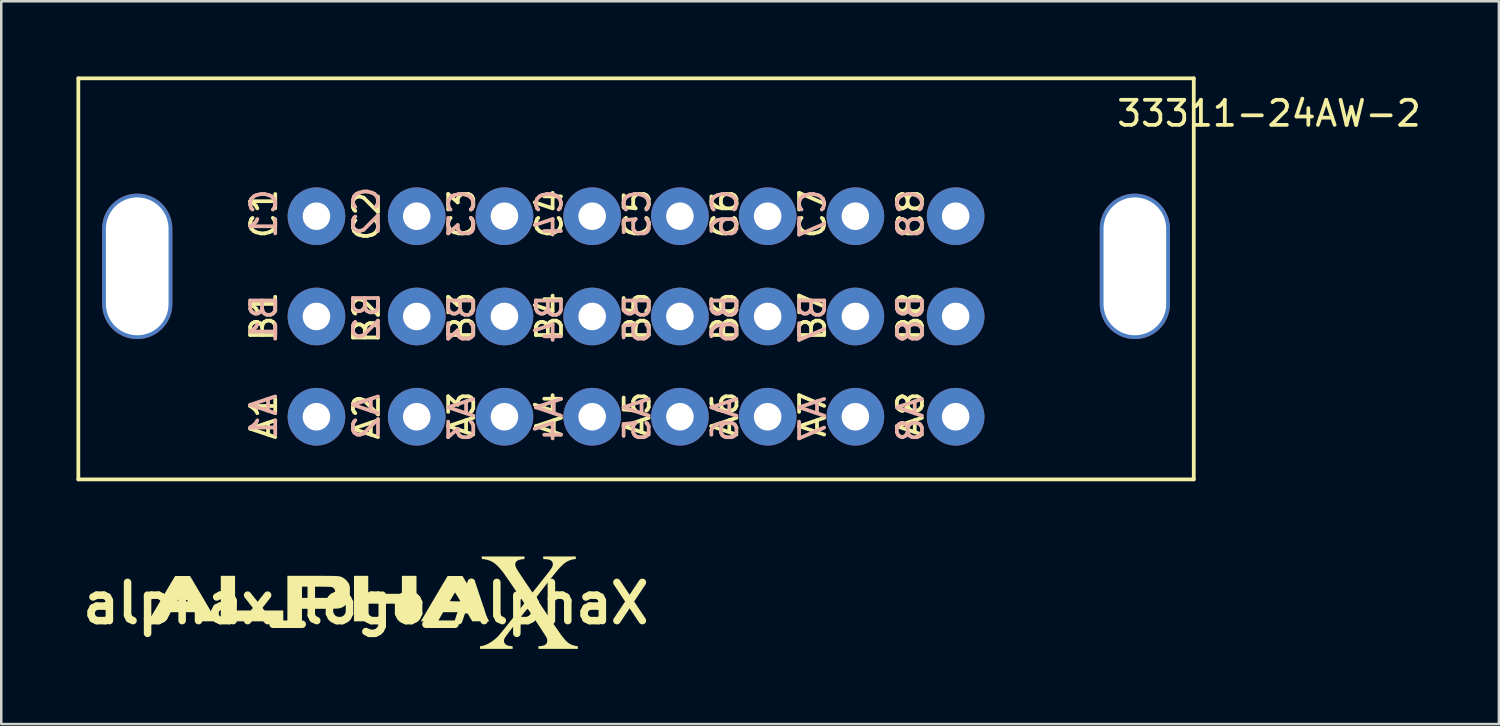
<source format=kicad_pcb>
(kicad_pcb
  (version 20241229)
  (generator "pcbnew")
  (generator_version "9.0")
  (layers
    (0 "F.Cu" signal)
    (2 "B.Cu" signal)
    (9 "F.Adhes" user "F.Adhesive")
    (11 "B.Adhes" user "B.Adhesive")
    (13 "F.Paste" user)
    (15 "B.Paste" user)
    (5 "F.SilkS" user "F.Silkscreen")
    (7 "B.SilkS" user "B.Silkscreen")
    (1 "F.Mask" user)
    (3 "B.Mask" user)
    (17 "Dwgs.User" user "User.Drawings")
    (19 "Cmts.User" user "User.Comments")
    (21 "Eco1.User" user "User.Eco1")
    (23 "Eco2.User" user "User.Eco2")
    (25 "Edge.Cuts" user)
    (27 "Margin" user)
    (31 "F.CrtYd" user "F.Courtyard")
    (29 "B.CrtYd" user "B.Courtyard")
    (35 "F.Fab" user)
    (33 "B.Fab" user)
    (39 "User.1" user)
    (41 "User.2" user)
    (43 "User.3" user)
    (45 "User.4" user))
  (footprint "33311-24AW-2"
    (layer "F.Cu")
    (at 9.575 13.576)
    (property "Reference" "33311-24AW-2" (at 38 -12.1 0) (unlocked yes) (layer "F.SilkS") (effects (font (size 1 1) (thickness 0.15))))
    (attr through_hole)
    (fp_line (start -9.5 -13.501) (end -9.5 2.499) (stroke (width 0.15) (type solid)) (layer "F.SilkS"))
    (fp_line (start -9.5 -13.501) (end 35 -13.501) (stroke (width 0.15) (type solid)) (layer "F.SilkS"))
    (fp_line (start 35 -13.501) (end 35 2.499) (stroke (width 0.15) (type solid)) (layer "F.SilkS"))
    (fp_line (start 35 2.499) (end -9.5 2.499) (stroke (width 0.15) (type solid)) (layer "F.SilkS"))
    (fp_text user "A8" (at 23.7 -0.1 90) (unlocked yes) (layer "F.SilkS") (effects (font (size 1 1) (thickness 0.15))))
    (fp_text user "B4" (at 9.3 -4 90) (unlocked yes) (layer "F.SilkS") (effects (font (size 1 1) (thickness 0.15))))
    (fp_text user "B8" (at 23.7 -4 90) (unlocked yes) (layer "F.SilkS") (effects (font (size 1 1) (thickness 0.15))))
    (fp_text user "B6" (at 16.3 -4 90) (unlocked yes) (layer "F.SilkS") (effects (font (size 1 1) (thickness 0.15))))
    (fp_text user "C3" (at 5.8 -8.1 90) (unlocked yes) (layer "F.SilkS") (effects (font (size 1 1) (thickness 0.15))))
    (fp_text user "C2" (at 2 -8 90) (unlocked yes) (layer "F.SilkS") (effects (font (size 1 1) (thickness 0.15))))
    (fp_text user "A7" (at 19.8 -0.1 90) (unlocked yes) (layer "F.SilkS") (effects (font (size 1 1) (thickness 0.15))))
    (fp_text user "B5" (at 12.8 -4 90) (unlocked yes) (layer "F.SilkS") (effects (font (size 1 1) (thickness 0.15))))
    (fp_text user "B7" (at 19.8 -4 90) (unlocked yes) (layer "F.SilkS") (effects (font (size 1 1) (thickness 0.15))))
    (fp_text user "B2" (at 2 -3.9 90) (unlocked yes) (layer "F.SilkS") (effects (font (size 1 1) (thickness 0.15))))
    (fp_text user "B1" (at -2.1 -4 90) (unlocked yes) (layer "F.SilkS") (effects (font (size 1 1) (thickness 0.15))))
    (fp_text user "C6" (at 16.3 -8.1 90) (unlocked yes) (layer "F.SilkS") (effects (font (size 1 1) (thickness 0.15))))
    (fp_text user "C4" (at 9.3 -8.1 90) (unlocked yes) (layer "F.SilkS") (effects (font (size 1 1) (thickness 0.15))))
    (fp_text user "C1" (at -2.1 -8.1 90) (unlocked yes) (layer "F.SilkS") (effects (font (size 1 1) (thickness 0.15))))
    (fp_text user "A2" (at 2 0 90) (unlocked yes) (layer "F.SilkS") (effects (font (size 1 1) (thickness 0.15))))
    (fp_text user "A5" (at 12.8 -0.1 90) (unlocked yes) (layer "F.SilkS") (effects (font (size 1 1) (thickness 0.15))))
    (fp_text user "C7" (at 19.8 -8.1 90) (unlocked yes) (layer "F.SilkS") (effects (font (size 1 1) (thickness 0.15))))
    (fp_text user "A6" (at 16.3 -0.1 90) (unlocked yes) (layer "F.SilkS") (effects (font (size 1 1) (thickness 0.15))))
    (fp_text user "A1" (at -2.1 0 90) (unlocked yes) (layer "F.SilkS") (effects (font (size 1 1) (thickness 0.15))))
    (fp_text user "A4" (at 9.3 -0.1 90) (unlocked yes) (layer "F.SilkS") (effects (font (size 1 1) (thickness 0.15))))
    (fp_text user "A3" (at 5.8 -0.1 90) (unlocked yes) (layer "F.SilkS") (effects (font (size 1 1) (thickness 0.15))))
    (fp_text user "C8" (at 23.7 -8.1 90) (unlocked yes) (layer "F.SilkS") (effects (font (size 1 1) (thickness 0.15))))
    (fp_text user "C5" (at 12.8 -8.1 90) (unlocked yes) (layer "F.SilkS") (effects (font (size 1 1) (thickness 0.15))))
    (fp_text user "B3" (at 5.8 -4 90) (unlocked yes) (layer "F.SilkS") (effects (font (size 1 1) (thickness 0.15))))
    (fp_text user "A4" (at 9.3 0.1 90) (unlocked yes) (layer "B.SilkS") (effects (font (size 1 1) (thickness 0.15)) (justify mirror)))
    (fp_text user "C5" (at 12.8 -8.1 90) (unlocked yes) (layer "B.SilkS") (effects (font (size 1 1) (thickness 0.15)) (justify mirror)))
    (fp_text user "B6" (at 16.3 -3.9 90) (unlocked yes) (layer "B.SilkS") (effects (font (size 1 1) (thickness 0.15)) (justify mirror)))
    (fp_text user "B7" (at 19.8 -3.9 90) (unlocked yes) (layer "B.SilkS") (effects (font (size 1 1) (thickness 0.15)) (justify mirror)))
    (fp_text user "B4" (at 9.3 -3.9 90) (unlocked yes) (layer "B.SilkS") (effects (font (size 1 1) (thickness 0.15)) (justify mirror)))
    (fp_text user "C6" (at 16.3 -8.1 90) (unlocked yes) (layer "B.SilkS") (effects (font (size 1 1) (thickness 0.15)) (justify mirror)))
    (fp_text user "A8" (at 23.7 0.1 90) (unlocked yes) (layer "B.SilkS") (effects (font (size 1 1) (thickness 0.15)) (justify mirror)))
    (fp_text user "C3" (at 5.8 -8.1 90) (unlocked yes) (layer "B.SilkS") (effects (font (size 1 1) (thickness 0.15)) (justify mirror)))
    (fp_text user "B8" (at 23.7 -3.9 90) (unlocked yes) (layer "B.SilkS") (effects (font (size 1 1) (thickness 0.15)) (justify mirror)))
    (fp_text user "A6" (at 16.3 0.1 90) (unlocked yes) (layer "B.SilkS") (effects (font (size 1 1) (thickness 0.15)) (justify mirror)))
    (fp_text user "A5" (at 12.8 0.1 90) (unlocked yes) (layer "B.SilkS") (effects (font (size 1 1) (thickness 0.15)) (justify mirror)))
    (fp_text user "B1" (at -2.1 -3.9 90) (unlocked yes) (layer "B.SilkS") (effects (font (size 1 1) (thickness 0.15)) (justify mirror)))
    (fp_text user "C4" (at 9.3 -8.1 90) (unlocked yes) (layer "B.SilkS") (effects (font (size 1 1) (thickness 0.15)) (justify mirror)))
    (fp_text user "B5" (at 12.8 -3.9 90) (unlocked yes) (layer "B.SilkS") (effects (font (size 1 1) (thickness 0.15)) (justify mirror)))
    (fp_text user "B3" (at 5.8 -3.9 90) (unlocked yes) (layer "B.SilkS") (effects (font (size 1 1) (thickness 0.15)) (justify mirror)))
    (fp_text user "C2" (at 2 -8.2 90) (unlocked yes) (layer "B.SilkS") (effects (font (size 1 1) (thickness 0.15)) (justify mirror)))
    (fp_text user "B2" (at 2 -4 90) (unlocked yes) (layer "B.SilkS") (effects (font (size 1 1) (thickness 0.15)) (justify mirror)))
    (fp_text user "A3" (at 5.8 0.1 90) (unlocked yes) (layer "B.SilkS") (effects (font (size 1 1) (thickness 0.15)) (justify mirror)))
    (fp_text user "C7" (at 19.8 -8.1 90) (unlocked yes) (layer "B.SilkS") (effects (font (size 1 1) (thickness 0.15)) (justify mirror)))
    (fp_text user "A7" (at 19.8 0.1 90) (unlocked yes) (layer "B.SilkS") (effects (font (size 1 1) (thickness 0.15)) (justify mirror)))
    (fp_text user "A1" (at -2.1 0 90) (unlocked yes) (layer "B.SilkS") (effects (font (size 1 1) (thickness 0.15)) (justify mirror)))
    (fp_text user "C8" (at 23.7 -8.1 90) (unlocked yes) (layer "B.SilkS") (effects (font (size 1 1) (thickness 0.15)) (justify mirror)))
    (fp_text user "C1" (at -2.1 -8.1 90) (unlocked yes) (layer "B.SilkS") (effects (font (size 1 1) (thickness 0.15)) (justify mirror)))
    (fp_text user "A2" (at 2 0 90) (unlocked yes) (layer "B.SilkS") (effects (font (size 1 1) (thickness 0.15)) (justify mirror)))
    (pad "" thru_hole oval (at -7.15 -6 270) (size 5.8 2.8) (drill oval 5.5 2.5) (layers "*.Cu" "*.Mask"))
    (pad "" thru_hole oval (at 32.65 -6 270) (size 5.8 2.8) (drill oval 5.5 2.5) (layers "*.Cu" "*.Mask"))
    (pad "1" thru_hole circle (at 0 0 270) (size 2.3 2.3) (drill 1.1) (layers "*.Cu" "*.Mask"))
    (pad "2" thru_hole circle (at 4 0 270) (size 2.3 2.3) (drill 1.1) (layers "*.Cu" "*.Mask"))
    (pad "3" thru_hole circle (at 7.5 0 270) (size 2.3 2.3) (drill 1.1) (layers "*.Cu" "*.Mask"))
    (pad "4" thru_hole circle (at 11 0 270) (size 2.3 2.3) (drill 1.1) (layers "*.Cu" "*.Mask"))
    (pad "5" thru_hole circle (at 14.5 0 270) (size 2.3 2.3) (drill 1.1) (layers "*.Cu" "*.Mask"))
    (pad "6" thru_hole circle (at 18 0 270) (size 2.3 2.3) (drill 1.1) (layers "*.Cu" "*.Mask"))
    (pad "7" thru_hole circle (at 21.5 0 270) (size 2.3 2.3) (drill 1.1) (layers "*.Cu" "*.Mask"))
    (pad "8" thru_hole circle (at 25.5 0 270) (size 2.3 2.3) (drill 1.1) (layers "*.Cu" "*.Mask"))
    (pad "9" thru_hole circle (at 0 -4 270) (size 2.3 2.3) (drill 1.1) (layers "*.Cu" "*.Mask"))
    (pad "10" thru_hole circle (at 4 -4 270) (size 2.3 2.3) (drill 1.1) (layers "*.Cu" "*.Mask"))
    (pad "11" thru_hole circle (at 7.5 -4 270) (size 2.3 2.3) (drill 1.1) (layers "*.Cu" "*.Mask"))
    (pad "12" thru_hole circle (at 11 -4 270) (size 2.3 2.3) (drill 1.1) (layers "*.Cu" "*.Mask"))
    (pad "13" thru_hole circle (at 14.5 -4 270) (size 2.3 2.3) (drill 1.1) (layers "*.Cu" "*.Mask"))
    (pad "14" thru_hole circle (at 18 -4 270) (size 2.3 2.3) (drill 1.1) (layers "*.Cu" "*.Mask"))
    (pad "15" thru_hole circle (at 21.5 -4 270) (size 2.3 2.3) (drill 1.1) (layers "*.Cu" "*.Mask"))
    (pad "16" thru_hole circle (at 25.5 -4 270) (size 2.3 2.3) (drill 1.1) (layers "*.Cu" "*.Mask"))
    (pad "17" thru_hole circle (at 0 -8 270) (size 2.3 2.3) (drill 1.1) (layers "*.Cu" "*.Mask"))
    (pad "18" thru_hole circle (at 4 -8 270) (size 2.3 2.3) (drill 1.1) (layers "*.Cu" "*.Mask"))
    (pad "19" thru_hole circle (at 7.5 -8 270) (size 2.3 2.3) (drill 1.1) (layers "*.Cu" "*.Mask"))
    (pad "20" thru_hole circle (at 11 -8 270) (size 2.3 2.3) (drill 1.1) (layers "*.Cu" "*.Mask"))
    (pad "21" thru_hole circle (at 14.5 -8 270) (size 2.3 2.3) (drill 1.1) (layers "*.Cu" "*.Mask"))
    (pad "22" thru_hole circle (at 18 -8 270) (size 2.3 2.3) (drill 1.1) (layers "*.Cu" "*.Mask"))
    (pad "23" thru_hole circle (at 21.5 -8 270) (size 2.3 2.3) (drill 1.1) (layers "*.Cu" "*.Mask"))
    (pad "24" thru_hole circle (at 25.5 -8 270) (size 2.3 2.3) (drill 1.1) (layers "*.Cu" "*.Mask")))
  (footprint "alphax_logo_AlphaX"
    (layer "F.Cu")
    (at 11.546 21.02)
    (property "Reference" "alphax_logo_AlphaX" (at 0 0 0) (layer "F.SilkS") (effects (font (size 1.524 1.524) (thickness 0.3))))
    (attr board_only exclude_from_pos_files exclude_from_bom)
    (fp_poly (pts (xy -5.218 0.285) (xy -3.294 0.285) (xy -3.294 0.718) (xy -5.788 0.718) (xy -5.788 -1.098) (xy -5.218 -1.098)) (stroke (width 0) (type solid)) (fill yes) (layer "F.SilkS"))
    (fp_poly (pts (xy 0.095 -0.38) (xy 1.437 -0.38) (xy 1.437 -1.098) (xy 2.02 -1.098) (xy 2.02 0.718) (xy 1.437 0.718) (xy 1.437 0.014) (xy 0.108 0.014) (xy 0.108 0.718) (xy -0.474 0.718) (xy -0.474 -1.098) (xy 0.095 -1.098)) (stroke (width 0) (type solid)) (fill yes) (layer "F.SilkS"))
    (fp_poly (pts (xy -6.942 -0.969) (xy -6.925 -0.941) (xy -6.896 -0.892) (xy -6.856 -0.824) (xy -6.807 -0.741) (xy -6.75 -0.644) (xy -6.686 -0.537) (xy -6.618 -0.422) (xy -6.546 -0.3) (xy -6.473 -0.176) (xy -6.399 -0.05) (xy -6.326 0.073) (xy -6.256 0.192) (xy -6.19 0.305) (xy -6.13 0.408) (xy -6.076 0.499) (xy -6.031 0.575) (xy -5.996 0.635) (xy -5.985 0.654) (xy -5.948 0.718) (xy -6.626 0.718) (xy -6.732 0.536) (xy -6.838 0.353) (xy -7.312 0.353) (xy -7.787 0.353) (xy -7.991 0.712) (xy -8.677 0.719) (xy -8.64 0.654) (xy -8.622 0.625) (xy -8.593 0.575) (xy -8.553 0.506) (xy -8.503 0.422) (xy -8.446 0.325) (xy -8.383 0.218) (xy -8.315 0.103) (xy -8.244 -0.018) (xy -8.2 -0.091) (xy -7.518 -0.091) (xy -7.508 -0.088) (xy -7.474 -0.085) (xy -7.422 -0.083) (xy -7.357 -0.082) (xy -7.313 -0.081) (xy -7.101 -0.081) (xy -7.117 -0.112) (xy -7.133 -0.141) (xy -7.157 -0.183) (xy -7.187 -0.233) (xy -7.22 -0.287) (xy -7.251 -0.339) (xy -7.279 -0.384) (xy -7.3 -0.417) (xy -7.311 -0.433) (xy -7.312 -0.434) (xy -7.32 -0.423) (xy -7.339 -0.393) (xy -7.365 -0.35) (xy -7.397 -0.297) (xy -7.431 -0.241) (xy -7.465 -0.184) (xy -7.495 -0.133) (xy -7.518 -0.092) (xy -7.518 -0.091) (xy -8.2 -0.091) (xy -8.171 -0.141) (xy -8.099 -0.264) (xy -8.028 -0.384) (xy -7.959 -0.5) (xy -7.896 -0.608) (xy -7.838 -0.705) (xy -7.788 -0.79) (xy -7.747 -0.859) (xy -7.717 -0.91) (xy -7.706 -0.928) (xy -7.609 -1.091) (xy -7.016 -1.091)) (stroke (width 0) (type solid)) (fill yes) (layer "F.SilkS"))
    (fp_poly (pts (xy 3.928 -0.969) (xy 3.945 -0.941) (xy 3.974 -0.892) (xy 4.014 -0.824) (xy 4.063 -0.741) (xy 4.121 -0.644) (xy 4.184 -0.537) (xy 4.252 -0.422) (xy 4.324 -0.3) (xy 4.397 -0.176) (xy 4.471 -0.05) (xy 4.544 0.073) (xy 4.614 0.192) (xy 4.68 0.305) (xy 4.741 0.408) (xy 4.794 0.499) (xy 4.839 0.575) (xy 4.874 0.635) (xy 4.885 0.654) (xy 4.923 0.718) (xy 4.245 0.718) (xy 4.138 0.536) (xy 4.032 0.353) (xy 3.558 0.353) (xy 3.084 0.353) (xy 2.879 0.712) (xy 2.193 0.719) (xy 2.231 0.654) (xy 2.248 0.625) (xy 2.277 0.575) (xy 2.318 0.506) (xy 2.367 0.422) (xy 2.424 0.325) (xy 2.487 0.218) (xy 2.555 0.103) (xy 2.626 -0.018) (xy 2.67 -0.091) (xy 3.352 -0.091) (xy 3.363 -0.088) (xy 3.396 -0.085) (xy 3.448 -0.083) (xy 3.513 -0.082) (xy 3.558 -0.081) (xy 3.769 -0.081) (xy 3.753 -0.112) (xy 3.737 -0.141) (xy 3.713 -0.183) (xy 3.683 -0.233) (xy 3.651 -0.287) (xy 3.619 -0.339) (xy 3.591 -0.384) (xy 3.57 -0.417) (xy 3.559 -0.433) (xy 3.558 -0.434) (xy 3.55 -0.423) (xy 3.532 -0.393) (xy 3.505 -0.35) (xy 3.473 -0.297) (xy 3.439 -0.241) (xy 3.406 -0.184) (xy 3.376 -0.133) (xy 3.352 -0.092) (xy 3.352 -0.091) (xy 2.67 -0.091) (xy 2.699 -0.141) (xy 2.772 -0.264) (xy 2.843 -0.384) (xy 2.911 -0.5) (xy 2.974 -0.608) (xy 3.032 -0.705) (xy 3.082 -0.79) (xy 3.123 -0.859) (xy 3.153 -0.91) (xy 3.164 -0.928) (xy 3.261 -1.091) (xy 3.854 -1.091)) (stroke (width 0) (type solid)) (fill yes) (layer "F.SilkS"))
    (fp_poly (pts (xy -1.933 -1.098) (xy -1.761 -1.098) (xy -1.612 -1.097) (xy -1.484 -1.097) (xy -1.376 -1.095) (xy -1.285 -1.093) (xy -1.209 -1.091) (xy -1.146 -1.087) (xy -1.095 -1.082) (xy -1.053 -1.076) (xy -1.018 -1.069) (xy -0.989 -1.06) (xy -0.964 -1.05) (xy -0.94 -1.038) (xy -0.916 -1.024) (xy -0.896 -1.013) (xy -0.817 -0.955) (xy -0.747 -0.883) (xy -0.691 -0.805) (xy -0.664 -0.749) (xy -0.654 -0.72) (xy -0.646 -0.691) (xy -0.642 -0.659) (xy -0.639 -0.617) (xy -0.638 -0.562) (xy -0.638 -0.489) (xy -0.639 -0.414) (xy -0.641 -0.323) (xy -0.643 -0.256) (xy -0.646 -0.206) (xy -0.65 -0.17) (xy -0.656 -0.142) (xy -0.665 -0.118) (xy -0.676 -0.094) (xy -0.68 -0.088) (xy -0.718 -0.03) (xy -0.773 0.032) (xy -0.834 0.089) (xy -0.895 0.134) (xy -0.916 0.146) (xy -0.946 0.161) (xy -0.974 0.174) (xy -1.002 0.184) (xy -1.034 0.193) (xy -1.07 0.2) (xy -1.114 0.206) (xy -1.169 0.21) (xy -1.236 0.213) (xy -1.318 0.215) (xy -1.418 0.216) (xy -1.538 0.217) (xy -1.68 0.217) (xy -1.832 0.217) (xy -2.548 0.217) (xy -2.548 0.718) (xy -3.131 0.718) (xy -3.131 -0.664) (xy -2.548 -0.664) (xy -2.548 -0.217) (xy -1.969 -0.217) (xy -1.827 -0.217) (xy -1.71 -0.218) (xy -1.615 -0.218) (xy -1.539 -0.219) (xy -1.48 -0.221) (xy -1.435 -0.223) (xy -1.401 -0.226) (xy -1.375 -0.23) (xy -1.356 -0.234) (xy -1.34 -0.24) (xy -1.332 -0.243) (xy -1.28 -0.281) (xy -1.244 -0.334) (xy -1.224 -0.396) (xy -1.221 -0.463) (xy -1.235 -0.527) (xy -1.265 -0.584) (xy -1.312 -0.627) (xy -1.331 -0.637) (xy -1.347 -0.644) (xy -1.364 -0.649) (xy -1.386 -0.653) (xy -1.414 -0.657) (xy -1.453 -0.659) (xy -1.504 -0.661) (xy -1.569 -0.662) (xy -1.653 -0.663) (xy -1.756 -0.664) (xy -1.883 -0.664) (xy -1.969 -0.664) (xy -2.548 -0.664) (xy -3.131 -0.664) (xy -3.131 -1.098) (xy -2.131 -1.098)) (stroke (width 0) (type solid)) (fill yes) (layer "F.SilkS"))
    (fp_poly (pts (xy 6.33 -1.816) (xy 6.328 -1.782) (xy 6.319 -1.766) (xy 6.295 -1.762) (xy 6.279 -1.762) (xy 6.213 -1.756) (xy 6.143 -1.741) (xy 6.078 -1.719) (xy 6.032 -1.694) (xy 5.985 -1.648) (xy 5.961 -1.591) (xy 5.961 -1.524) (xy 5.984 -1.445) (xy 6.03 -1.354) (xy 6.033 -1.349) (xy 6.053 -1.318) (xy 6.084 -1.27) (xy 6.124 -1.208) (xy 6.173 -1.135) (xy 6.226 -1.054) (xy 6.284 -0.968) (xy 6.343 -0.88) (xy 6.402 -0.792) (xy 6.459 -0.708) (xy 6.512 -0.63) (xy 6.559 -0.561) (xy 6.598 -0.504) (xy 6.627 -0.462) (xy 6.644 -0.438) (xy 6.648 -0.434) (xy 6.657 -0.444) (xy 6.681 -0.473) (xy 6.717 -0.518) (xy 6.764 -0.576) (xy 6.819 -0.645) (xy 6.88 -0.722) (xy 6.945 -0.804) (xy 7.012 -0.889) (xy 7.079 -0.973) (xy 7.144 -1.056) (xy 7.204 -1.132) (xy 7.258 -1.201) (xy 7.303 -1.259) (xy 7.337 -1.304) (xy 7.356 -1.328) (xy 7.404 -1.398) (xy 7.436 -1.455) (xy 7.453 -1.504) (xy 7.46 -1.553) (xy 7.46 -1.559) (xy 7.45 -1.628) (xy 7.419 -1.682) (xy 7.367 -1.721) (xy 7.292 -1.747) (xy 7.196 -1.759) (xy 7.075 -1.766) (xy 7.075 -1.87) (xy 8.376 -1.87) (xy 8.376 -1.816) (xy 8.375 -1.781) (xy 8.366 -1.766) (xy 8.345 -1.762) (xy 8.336 -1.762) (xy 8.25 -1.752) (xy 8.151 -1.723) (xy 8.047 -1.678) (xy 8.044 -1.676) (xy 7.997 -1.65) (xy 7.95 -1.618) (xy 7.9 -1.579) (xy 7.846 -1.531) (xy 7.788 -1.473) (xy 7.722 -1.402) (xy 7.648 -1.318) (xy 7.564 -1.218) (xy 7.47 -1.102) (xy 7.362 -0.967) (xy 7.241 -0.812) (xy 7.217 -0.782) (xy 7.135 -0.677) (xy 7.058 -0.577) (xy 6.988 -0.486) (xy 6.926 -0.406) (xy 6.874 -0.338) (xy 6.834 -0.285) (xy 6.806 -0.249) (xy 6.794 -0.231) (xy 6.793 -0.23) (xy 6.799 -0.217) (xy 6.82 -0.183) (xy 6.852 -0.131) (xy 6.896 -0.064) (xy 6.948 0.017) (xy 7.009 0.109) (xy 7.075 0.209) (xy 7.147 0.317) (xy 7.222 0.429) (xy 7.299 0.543) (xy 7.376 0.657) (xy 7.451 0.769) (xy 7.524 0.876) (xy 7.593 0.977) (xy 7.656 1.068) (xy 7.712 1.148) (xy 7.759 1.215) (xy 7.796 1.267) (xy 7.807 1.281) (xy 7.859 1.348) (xy 7.911 1.413) (xy 7.961 1.471) (xy 8.002 1.515) (xy 8.015 1.529) (xy 8.114 1.604) (xy 8.227 1.661) (xy 8.347 1.696) (xy 8.364 1.699) (xy 8.458 1.714) (xy 8.458 1.816) (xy 6.885 1.816) (xy 6.885 1.711) (xy 6.979 1.705) (xy 7.074 1.689) (xy 7.148 1.658) (xy 7.2 1.611) (xy 7.23 1.55) (xy 7.238 1.488) (xy 7.228 1.415) (xy 7.209 1.365) (xy 7.196 1.344) (xy 7.171 1.303) (xy 7.135 1.246) (xy 7.089 1.175) (xy 7.035 1.092) (xy 6.976 1.001) (xy 6.913 0.904) (xy 6.848 0.804) (xy 6.783 0.704) (xy 6.718 0.607) (xy 6.657 0.514) (xy 6.601 0.429) (xy 6.552 0.355) (xy 6.512 0.295) (xy 6.481 0.25) (xy 6.463 0.225) (xy 6.46 0.22) (xy 6.452 0.221) (xy 6.438 0.232) (xy 6.415 0.255) (xy 6.383 0.291) (xy 6.34 0.342) (xy 6.286 0.409) (xy 6.219 0.494) (xy 6.138 0.597) (xy 6.042 0.721) (xy 6.03 0.735) (xy 5.927 0.868) (xy 5.839 0.981) (xy 5.766 1.076) (xy 5.705 1.155) (xy 5.656 1.221) (xy 5.616 1.274) (xy 5.586 1.316) (xy 5.563 1.35) (xy 5.546 1.378) (xy 5.534 1.4) (xy 5.526 1.419) (xy 5.52 1.437) (xy 5.516 1.455) (xy 5.507 1.496) (xy 5.51 1.529) (xy 5.524 1.566) (xy 5.529 1.578) (xy 5.567 1.631) (xy 5.623 1.669) (xy 5.699 1.694) (xy 5.765 1.703) (xy 5.855 1.712) (xy 5.855 1.816) (xy 4.554 1.816) (xy 4.554 1.713) (xy 4.646 1.698) (xy 4.748 1.67) (xy 4.859 1.622) (xy 4.975 1.557) (xy 5.09 1.477) (xy 5.2 1.387) (xy 5.299 1.288) (xy 5.317 1.268) (xy 5.346 1.234) (xy 5.388 1.183) (xy 5.441 1.118) (xy 5.503 1.041) (xy 5.572 0.955) (xy 5.647 0.862) (xy 5.725 0.763) (xy 5.805 0.662) (xy 5.885 0.561) (xy 5.963 0.461) (xy 6.038 0.366) (xy 6.108 0.276) (xy 6.171 0.196) (xy 6.225 0.126) (xy 6.268 0.068) (xy 6.3 0.027) (xy 6.317 0.002) (xy 6.32 -0.003) (xy 6.311 -0.017) (xy 6.289 -0.05) (xy 6.255 -0.101) (xy 6.211 -0.167) (xy 6.158 -0.245) (xy 6.098 -0.333) (xy 6.033 -0.428) (xy 5.965 -0.528) (xy 5.895 -0.63) (xy 5.825 -0.732) (xy 5.757 -0.831) (xy 5.693 -0.924) (xy 5.634 -1.01) (xy 5.581 -1.085) (xy 5.538 -1.148) (xy 5.504 -1.195) (xy 5.483 -1.224) (xy 5.482 -1.227) (xy 5.372 -1.364) (xy 5.269 -1.478) (xy 5.168 -1.57) (xy 5.068 -1.642) (xy 4.965 -1.695) (xy 4.857 -1.733) (xy 4.741 -1.756) (xy 4.711 -1.76) (xy 4.629 -1.769) (xy 4.624 -1.82) (xy 4.62 -1.87) (xy 6.33 -1.87)) (stroke (width 0) (type solid)) (fill yes) (layer "F.SilkS")))
  (gr_rect
    (start -3 -3)
    (end 56.748 25.837)
    (stroke (width 0.1) (type default))
    (fill no)
    (layer "Edge.Cuts")))
</source>
